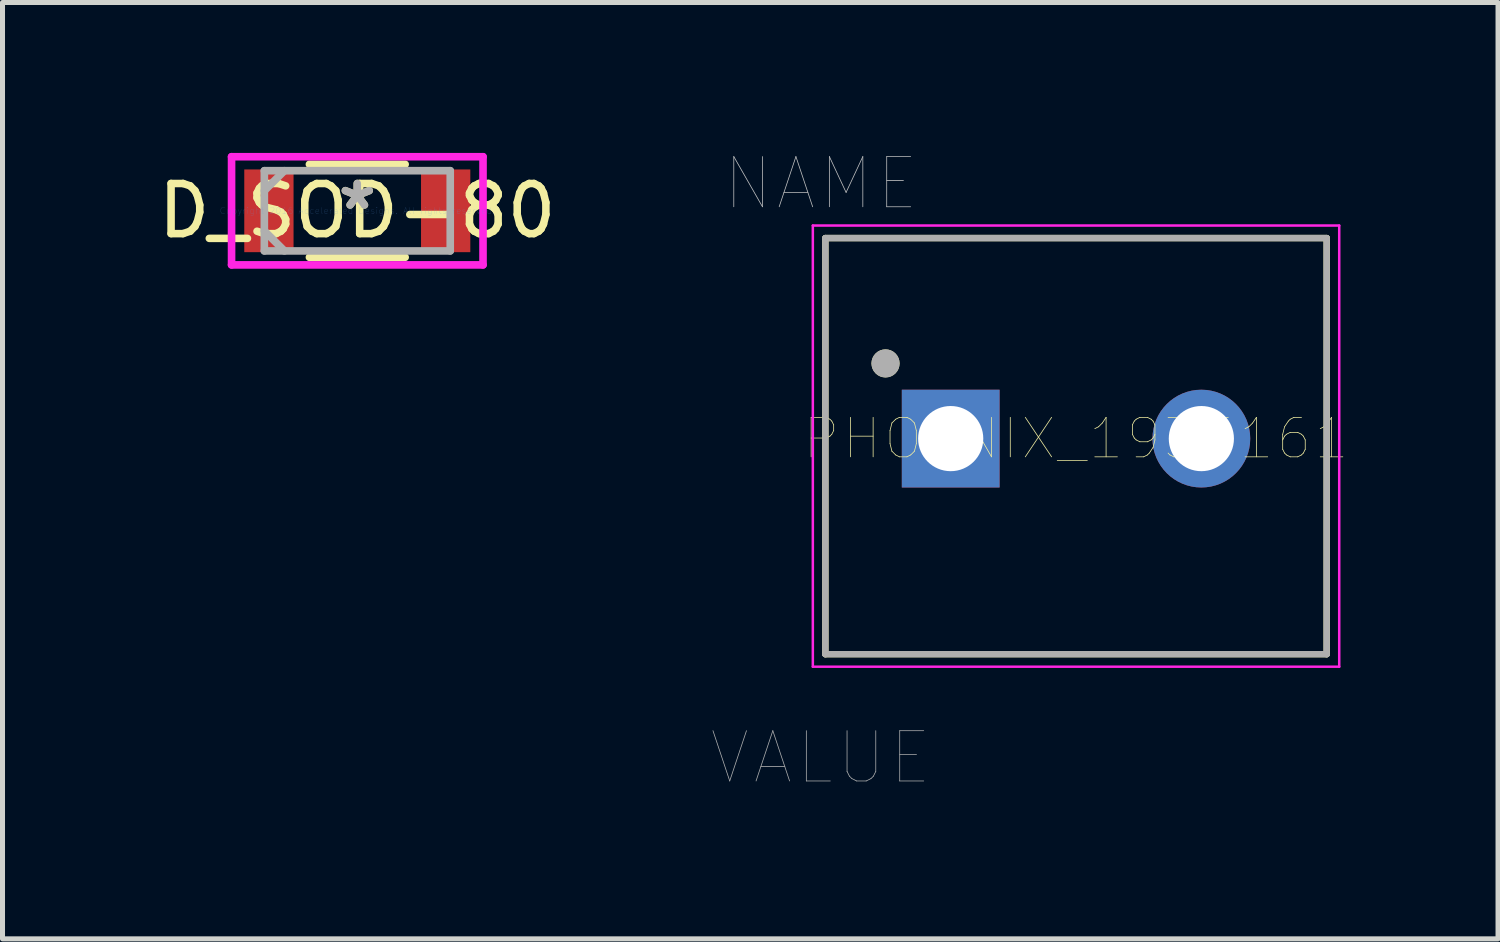
<source format=kicad_pcb>
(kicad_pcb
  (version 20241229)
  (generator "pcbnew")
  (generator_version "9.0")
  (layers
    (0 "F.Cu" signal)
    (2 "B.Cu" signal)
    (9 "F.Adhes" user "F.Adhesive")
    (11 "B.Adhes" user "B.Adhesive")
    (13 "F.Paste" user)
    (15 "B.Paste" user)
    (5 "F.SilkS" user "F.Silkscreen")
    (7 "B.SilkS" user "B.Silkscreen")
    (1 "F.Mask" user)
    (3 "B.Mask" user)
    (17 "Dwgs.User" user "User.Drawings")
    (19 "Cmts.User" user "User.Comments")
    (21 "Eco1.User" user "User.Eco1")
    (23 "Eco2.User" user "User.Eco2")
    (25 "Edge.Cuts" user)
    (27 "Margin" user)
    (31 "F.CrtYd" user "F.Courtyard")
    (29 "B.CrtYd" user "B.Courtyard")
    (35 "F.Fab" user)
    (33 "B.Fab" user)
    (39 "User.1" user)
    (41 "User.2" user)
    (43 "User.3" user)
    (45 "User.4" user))
  (footprint "PHOENIX_1935161"
    (layer "F.Cu")
    (at 18.414 5.699)
    (property "Reference" "PHOENIX_1935161" (at 0 0 0) (layer "F.SilkS") (effects (font (size 0.787 0.787) (thickness 0.015))))
    (attr through_hole)
    (fp_line (start -5 -4) (end 5 -4) (stroke (width 0.127) (type solid)) (layer "F.SilkS"))
    (fp_line (start -5 4.3) (end -5 -4) (stroke (width 0.127) (type solid)) (layer "F.SilkS"))
    (fp_line (start 5 -4) (end 5 4.3) (stroke (width 0.127) (type solid)) (layer "F.SilkS"))
    (fp_line (start 5 4.3) (end -5 4.3) (stroke (width 0.127) (type solid)) (layer "F.SilkS"))
    (fp_circle (center -3.8 -1.5) (end -3.66 -1.5) (stroke (width 0.28) (type solid)) (fill no) (layer "F.SilkS"))
    (fp_line (start -5.25 -4.25) (end 5.25 -4.25) (stroke (width 0.05) (type solid)) (layer "F.CrtYd"))
    (fp_line (start -5.25 4.55) (end -5.25 -4.25) (stroke (width 0.05) (type solid)) (layer "F.CrtYd"))
    (fp_line (start 5.25 -4.25) (end 5.25 4.55) (stroke (width 0.05) (type solid)) (layer "F.CrtYd"))
    (fp_line (start 5.25 4.55) (end -5.25 4.55) (stroke (width 0.05) (type solid)) (layer "F.CrtYd"))
    (fp_line (start -5 -4) (end 5 -4) (stroke (width 0.127) (type solid)) (layer "F.Fab"))
    (fp_line (start -5 4.3) (end -5 -4) (stroke (width 0.127) (type solid)) (layer "F.Fab"))
    (fp_line (start 5 -4) (end 5 4.3) (stroke (width 0.127) (type solid)) (layer "F.Fab"))
    (fp_line (start 5 4.3) (end -5 4.3) (stroke (width 0.127) (type solid)) (layer "F.Fab"))
    (fp_circle (center -3.8 -1.5) (end -3.66 -1.5) (stroke (width 0.28) (type solid)) (fill no) (layer "F.Fab"))
    (fp_text user "NAME" (at -5.087 -5.087 0) (layer "Dwgs.User") (effects (font (size 1.001 1.001) (thickness 0.015))))
    (fp_text user "VALUE" (at -5.093 6.366 0) (layer "F.Fab") (effects (font (size 1.003 1.003) (thickness 0.015))))
    (pad "1" thru_hole rect (at -2.5 0) (size 1.95 1.95) (drill 1.3) (layers "*.Cu" "*.Mask"))
    (pad "2" thru_hole circle (at 2.5 0) (size 1.95 1.95) (drill 1.3) (layers "*.Cu" "*.Mask")))
  (footprint "D_SOD-80"
    (layer "F.Cu")
    (at 4.077 1.155)
    (property "Reference" "D_SOD-80" (at 0 0 0) (layer "F.SilkS") (effects (font (size 1 1) (thickness 0.15))))
    (attr through_hole)
    (fp_line (start -0.955 0.927) (end 0.955 0.927) (stroke (width 0.152) (type solid)) (layer "F.SilkS"))
    (fp_line (start 0.955 -0.927) (end -0.955 -0.927) (stroke (width 0.152) (type solid)) (layer "F.SilkS"))
    (fp_line (start -2.508 -1.079) (end 2.508 -1.079) (stroke (width 0.152) (type solid)) (layer "F.CrtYd"))
    (fp_line (start -2.508 1.079) (end -2.508 -1.079) (stroke (width 0.152) (type solid)) (layer "F.CrtYd"))
    (fp_line (start 2.508 -1.079) (end 2.508 1.079) (stroke (width 0.152) (type solid)) (layer "F.CrtYd"))
    (fp_line (start 2.508 1.079) (end -2.508 1.079) (stroke (width 0.152) (type solid)) (layer "F.CrtYd"))
    (fp_line (start -1.854 -0.8) (end -1.854 0.8) (stroke (width 0.152) (type solid)) (layer "F.Fab"))
    (fp_line (start -1.854 -0.4) (end -1.454 -0.8) (stroke (width 0.152) (type solid)) (layer "F.Fab"))
    (fp_line (start -1.854 0.4) (end -1.454 0.8) (stroke (width 0.152) (type solid)) (layer "F.Fab"))
    (fp_line (start -1.854 0.8) (end 1.854 0.8) (stroke (width 0.152) (type solid)) (layer "F.Fab"))
    (fp_line (start 1.854 -0.8) (end -1.854 -0.8) (stroke (width 0.152) (type solid)) (layer "F.Fab"))
    (fp_line (start 1.854 0.8) (end 1.854 -0.8) (stroke (width 0.152) (type solid)) (layer "F.Fab"))
    (fp_text user "*" (at 0 0 0) (layer "F.SilkS") (effects (font (size 1 1) (thickness 0.15))))
    (fp_text user "Copyright 2016 Accelerated Designs. All rights reserved." (at 0 0 0) (layer "Cmts.User") (effects (font (size 0.127 0.127) (thickness 0.002))))
    (fp_text user "*" (at 0 0 0) (layer "F.Fab") (effects (font (size 1 1) (thickness 0.15))))
    (pad "1" smd rect (at -1.763 0) (size 0.983 1.65) (layers "F.Cu" "F.Mask" "F.Paste"))
    (pad "2" smd rect (at 1.763 0) (size 0.983 1.65) (layers "F.Cu" "F.Mask" "F.Paste")))
  (gr_rect
    (start -3 -3)
    (end 26.832 15.678)
    (stroke (width 0.1) (type default))
    (fill no)
    (layer "Edge.Cuts")))
</source>
